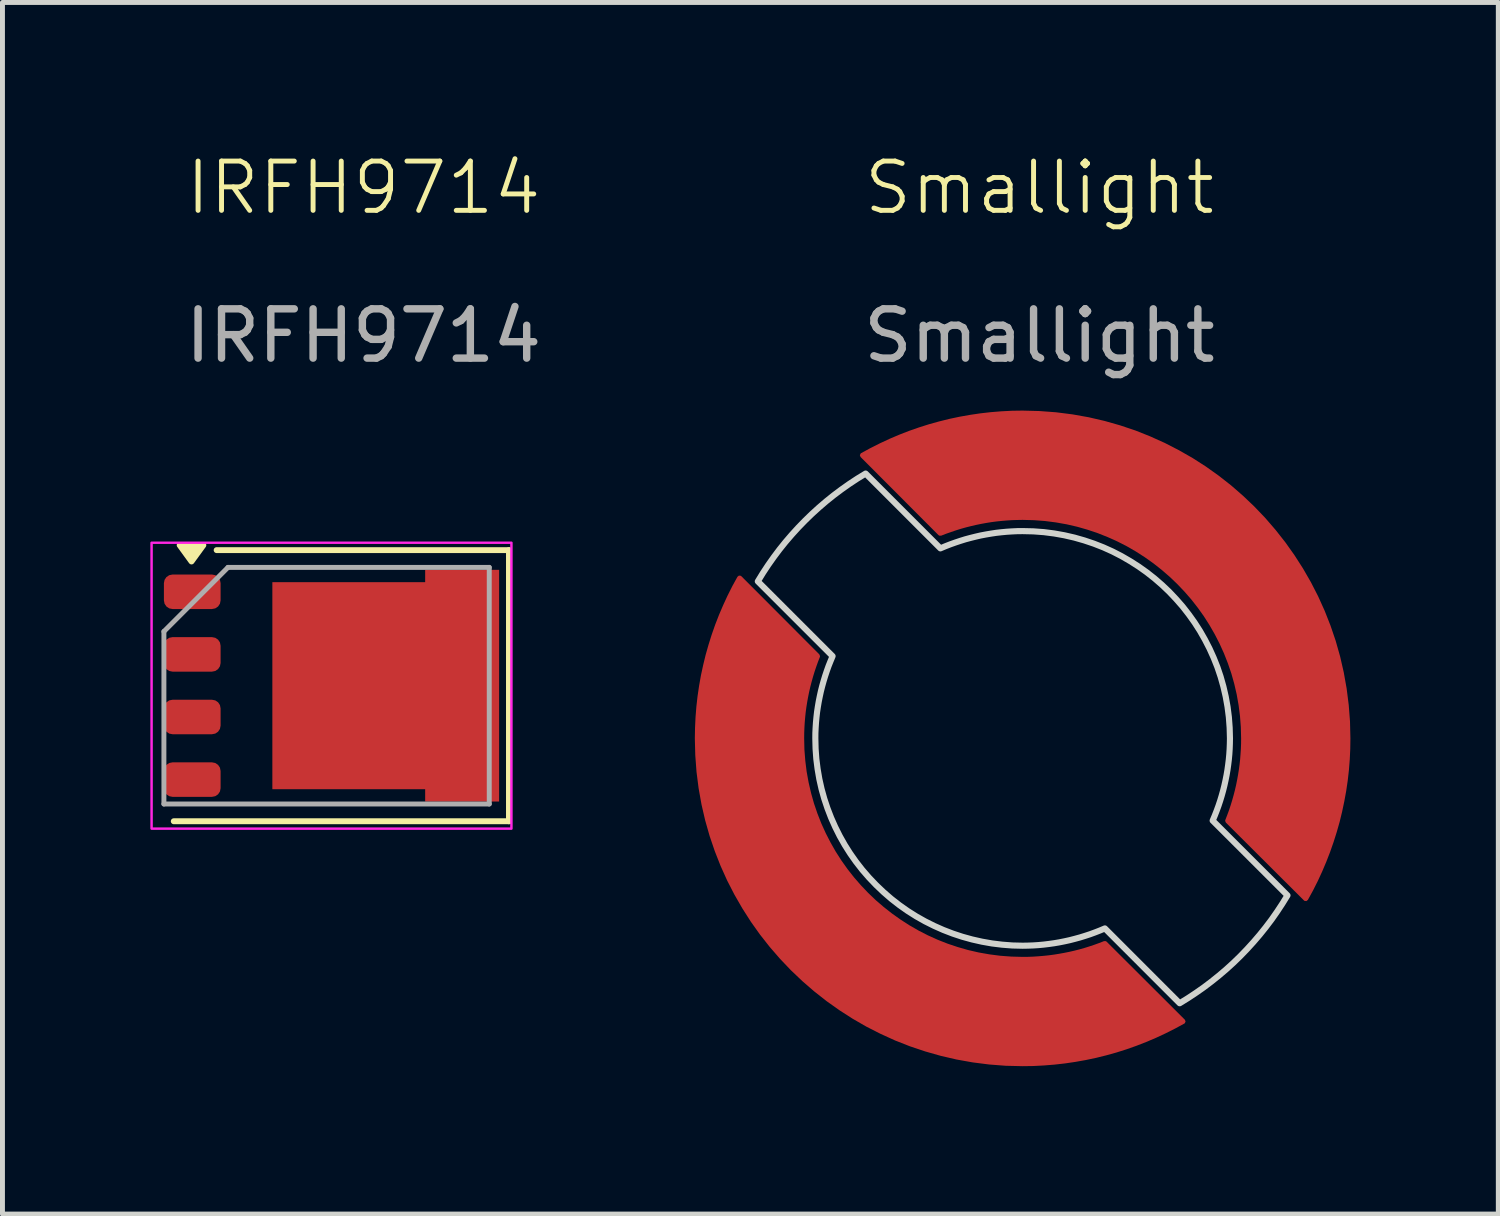
<source format=kicad_pcb>
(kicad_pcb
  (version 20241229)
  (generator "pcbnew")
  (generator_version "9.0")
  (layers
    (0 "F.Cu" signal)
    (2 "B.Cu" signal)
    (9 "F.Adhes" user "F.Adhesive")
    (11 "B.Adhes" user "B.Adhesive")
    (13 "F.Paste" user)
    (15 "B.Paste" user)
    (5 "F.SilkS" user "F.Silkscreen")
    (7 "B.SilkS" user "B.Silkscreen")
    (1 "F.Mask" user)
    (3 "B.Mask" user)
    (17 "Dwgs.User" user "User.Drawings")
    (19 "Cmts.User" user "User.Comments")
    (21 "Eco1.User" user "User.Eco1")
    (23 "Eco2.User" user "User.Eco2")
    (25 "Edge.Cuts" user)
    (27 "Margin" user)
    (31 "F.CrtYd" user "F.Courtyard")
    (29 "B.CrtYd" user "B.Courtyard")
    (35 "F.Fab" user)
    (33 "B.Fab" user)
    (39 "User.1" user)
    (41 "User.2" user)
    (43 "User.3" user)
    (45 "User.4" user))
  (footprint "Smallight"
    (layer "F.Cu")
    (at 18.036 1.26)
    (property "Reference" "Smallight" (at 0 -0.5 0) (unlocked yes) (layer "F.SilkS") (effects (font (size 1 1) (thickness 0.1))))
    (fp_poly (pts (xy -2.009 6.814) (xy -1.91 6.772) (xy -1.81 6.733) (xy -1.709 6.697) (xy -1.607 6.663) (xy -1.505 6.631) (xy -1.401 6.603) (xy -1.297 6.577) (xy -1.193 6.553) (xy -1.088 6.533) (xy -0.982 6.515) (xy -0.876 6.499) (xy -0.769 6.487) (xy -0.663 6.477) (xy -0.555 6.47) (xy -0.448 6.465) (xy -0.34 6.464) (xy -0.124 6.469) (xy 0.09 6.485) (xy 0.3 6.512) (xy 0.507 6.549) (xy 0.711 6.596) (xy 0.91 6.653) (xy 1.106 6.719) (xy 1.297 6.794) (xy 1.483 6.878) (xy 1.664 6.971) (xy 1.84 7.073) (xy 2.011 7.182) (xy 2.176 7.299) (xy 2.335 7.424) (xy 2.487 7.556) (xy 2.633 7.695) (xy 2.772 7.842) (xy 2.905 7.994) (xy 3.029 8.153) (xy 3.147 8.318) (xy 3.256 8.488) (xy 3.357 8.665) (xy 3.45 8.846) (xy 3.534 9.032) (xy 3.61 9.223) (xy 3.676 9.419) (xy 3.732 9.618) (xy 3.779 9.822) (xy 3.816 10.029) (xy 3.843 10.239) (xy 3.859 10.453) (xy 3.865 10.669) (xy 3.863 10.777) (xy 3.859 10.884) (xy 3.852 10.991) (xy 3.842 11.098) (xy 3.829 11.204) (xy 3.814 11.31) (xy 3.796 11.416) (xy 3.775 11.521) (xy 3.752 11.625) (xy 3.726 11.729) (xy 3.697 11.833) (xy 3.666 11.935) (xy 3.632 12.037) (xy 3.595 12.138) (xy 3.556 12.238) (xy 3.514 12.337) (xy 5.032 13.854) (xy 4.929 14.021) (xy 4.821 14.185) (xy 4.709 14.345) (xy 4.591 14.501) (xy 4.469 14.653) (xy 4.342 14.801) (xy 4.211 14.945) (xy 4.076 15.085) (xy 3.936 15.221) (xy 3.792 15.352) (xy 3.643 15.479) (xy 3.491 15.601) (xy 3.335 15.719) (xy 3.175 15.831) (xy 3.012 15.939) (xy 2.845 16.042) (xy 1.328 14.524) (xy 1.228 14.566) (xy 1.128 14.605) (xy 1.027 14.642) (xy 0.926 14.675) (xy 0.823 14.707) (xy 0.72 14.735) (xy 0.616 14.762) (xy 0.511 14.785) (xy 0.406 14.806) (xy 0.301 14.824) (xy 0.195 14.839) (xy 0.088 14.852) (xy -0.018 14.862) (xy -0.125 14.869) (xy -0.233 14.873) (xy -0.34 14.875) (xy -0.549 14.87) (xy -0.756 14.854) (xy -0.961 14.829) (xy -1.165 14.793) (xy -1.365 14.748) (xy -1.564 14.693) (xy -1.758 14.629) (xy -1.95 14.555) (xy -2.137 14.472) (xy -2.321 14.38) (xy -2.5 14.279) (xy -2.674 14.169) (xy -2.843 14.05) (xy -3.006 13.923) (xy -3.163 13.787) (xy -3.314 13.643) (xy -3.458 13.492) (xy -3.594 13.335) (xy -3.721 13.172) (xy -3.84 13.003) (xy -3.95 12.829) (xy -4.051 12.65) (xy -4.143 12.466) (xy -4.226 12.279) (xy -4.3 12.087) (xy -4.365 11.892) (xy -4.42 11.694) (xy -4.465 11.494) (xy -4.5 11.29) (xy -4.526 11.085) (xy -4.541 10.878) (xy -4.546 10.669) (xy -4.545 10.561) (xy -4.54 10.454) (xy -4.533 10.347) (xy -4.523 10.24) (xy -4.511 10.134) (xy -4.495 10.028) (xy -4.477 9.922) (xy -4.456 9.817) (xy -4.433 9.712) (xy -4.407 9.609) (xy -4.378 9.505) (xy -4.347 9.403) (xy -4.313 9.301) (xy -4.277 9.2) (xy -4.237 9.1) (xy -4.196 9.001) (xy -5.713 7.484) (xy -5.611 7.317) (xy -5.503 7.153) (xy -5.39 6.993) (xy -5.273 6.837) (xy -5.151 6.685) (xy -5.024 6.537) (xy -4.893 6.393) (xy -4.757 6.253) (xy -4.617 6.117) (xy -4.473 5.986) (xy -4.325 5.859) (xy -4.173 5.737) (xy -4.017 5.62) (xy -3.857 5.507) (xy -3.693 5.399) (xy -3.526 5.297)) (stroke (width 0.124) (type solid) (color 255 0 255 1)) (fill no) (layer "Edge.Cuts"))
    (fp_text user "${REFERENCE}" (at 0 2.5 0) (unlocked yes) (layer "F.Fab") (effects (font (size 1 1) (thickness 0.15))))
    (pad "1" smd custom (at 4.631 8.131) (size 1.262 1.262) (layers "F.Cu" "F.Mask") (options (anchor rect)) (primitives (gr_poly (pts (xy -4.632 -4.053) (xy -4.297 -4.028) (xy -3.967 -3.986) (xy -3.642 -3.928) (xy -3.322 -3.854) (xy -3.009 -3.765) (xy -2.702 -3.662) (xy -2.403 -3.543) (xy -2.11 -3.411) (xy -1.826 -3.265) (xy -1.549 -3.107) (xy -1.281 -2.935) (xy -1.023 -2.751) (xy -0.773 -2.555) (xy -0.534 -2.347) (xy -0.305 -2.129) (xy -0.086 -1.9) (xy 0.121 -1.66) (xy 0.317 -1.411) (xy 0.501 -1.152) (xy 0.673 -0.884) (xy 0.832 -0.608) (xy 0.978 -0.323) (xy 1.11 -0.031) (xy 1.228 0.269) (xy 1.332 0.575) (xy 1.421 0.889) (xy 1.494 1.208) (xy 1.552 1.533) (xy 1.594 1.863) (xy 1.62 2.198) (xy 1.628 2.538) (xy 1.625 2.752) (xy 1.615 2.964) (xy 1.598 3.177) (xy 1.574 3.388) (xy 1.543 3.598) (xy 1.505 3.807) (xy 1.461 4.014) (xy 1.411 4.22) (xy 1.353 4.424) (xy 1.289 4.626) (xy 1.219 4.826) (xy 1.142 5.024) (xy 1.059 5.22) (xy 0.97 5.413) (xy 0.874 5.603) (xy 0.771 5.791) (xy -0.814 4.211) (xy -0.775 4.111) (xy -0.738 4.01) (xy -0.704 3.908) (xy -0.673 3.806) (xy -0.644 3.703) (xy -0.617 3.599) (xy -0.593 3.495) (xy -0.572 3.39) (xy -0.553 3.285) (xy -0.536 3.179) (xy -0.522 3.073) (xy -0.51 2.966) (xy -0.502 2.86) (xy -0.495 2.753) (xy -0.491 2.645) (xy -0.49 2.538) (xy -0.496 2.307) (xy -0.513 2.08) (xy -0.542 1.856) (xy -0.581 1.635) (xy -0.631 1.418) (xy -0.691 1.205) (xy -0.762 0.997) (xy -0.842 0.794) (xy -0.932 0.595) (xy -1.031 0.402) (xy -1.139 0.214) (xy -1.255 0.032) (xy -1.38 -0.143) (xy -1.513 -0.313) (xy -1.654 -0.475) (xy -1.803 -0.631) (xy -1.958 -0.779) (xy -2.121 -0.92) (xy -2.29 -1.053) (xy -2.466 -1.178) (xy -2.648 -1.295) (xy -2.835 -1.403) (xy -3.029 -1.502) (xy -3.227 -1.591) (xy -3.431 -1.672) (xy -3.639 -1.742) (xy -3.852 -1.803) (xy -4.068 -1.853) (xy -4.289 -1.892) (xy -4.513 -1.921) (xy -4.741 -1.938) (xy -4.972 -1.944) (xy -5.079 -1.942) (xy -5.186 -1.939) (xy -5.293 -1.932) (xy -5.4 -1.923) (xy -5.506 -1.912) (xy -5.612 -1.898) (xy -5.718 -1.881) (xy -5.823 -1.862) (xy -5.928 -1.84) (xy -6.032 -1.816) (xy -6.135 -1.79) (xy -6.238 -1.761) (xy -6.341 -1.729) (xy -6.442 -1.695) (xy -6.543 -1.659) (xy -6.643 -1.62) (xy -8.224 -3.205) (xy -8.037 -3.307) (xy -7.846 -3.403) (xy -7.653 -3.493) (xy -7.458 -3.576) (xy -7.26 -3.653) (xy -7.06 -3.723) (xy -6.858 -3.787) (xy -6.653 -3.844) (xy -6.448 -3.895) (xy -6.24 -3.939) (xy -6.031 -3.976) (xy -5.821 -4.007) (xy -5.61 -4.031) (xy -5.398 -4.048) (xy -5.185 -4.059) (xy -4.972 -4.062)) (width 0.099) (fill yes))))
    (pad "2" smd custom (at -3 15.5) (size 1.524 1.524) (layers "F.Cu" "F.Mask") (options (anchor circle)) (primitives (gr_poly (pts (xy -1.5 -6.5) (xy -1.539 -6.4) (xy -1.575 -6.299) (xy -1.609 -6.198) (xy -1.64 -6.096) (xy -1.669 -5.993) (xy -1.696 -5.889) (xy -1.72 -5.785) (xy -1.741 -5.681) (xy -1.76 -5.576) (xy -1.777 -5.47) (xy -1.791 -5.365) (xy -1.802 -5.258) (xy -1.811 -5.152) (xy -1.817 -5.045) (xy -1.821 -4.938) (xy -1.822 -4.831) (xy -1.817 -4.6) (xy -1.799 -4.373) (xy -1.771 -4.148) (xy -1.731 -3.928) (xy -1.681 -3.711) (xy -1.621 -3.498) (xy -1.55 -3.29) (xy -1.47 -3.086) (xy -1.38 -2.888) (xy -1.281 -2.695) (xy -1.174 -2.507) (xy -1.057 -2.325) (xy -0.932 -2.149) (xy -0.799 -1.98) (xy -0.658 -1.818) (xy -0.51 -1.662) (xy -0.354 -1.513) (xy -0.191 -1.373) (xy -0.022 -1.24) (xy 0.154 -1.115) (xy 0.335 -0.998) (xy 0.523 -0.89) (xy 0.716 -0.791) (xy 0.915 -0.701) (xy 1.118 -0.621) (xy 1.327 -0.551) (xy 1.539 -0.49) (xy 1.756 -0.44) (xy 1.977 -0.401) (xy 2.201 -0.372) (xy 2.429 -0.355) (xy 2.659 -0.349) (xy 2.766 -0.35) (xy 2.873 -0.354) (xy 2.98 -0.361) (xy 3.087 -0.37) (xy 3.193 -0.381) (xy 3.299 -0.395) (xy 3.404 -0.412) (xy 3.509 -0.431) (xy 3.614 -0.452) (xy 3.718 -0.476) (xy 3.821 -0.502) (xy 3.924 -0.531) (xy 4.026 -0.563) (xy 4.128 -0.597) (xy 4.228 -0.633) (xy 4.328 -0.672) (xy 5.915 0.911) (xy 5.727 1.013) (xy 5.536 1.109) (xy 5.343 1.199) (xy 5.148 1.282) (xy 4.95 1.359) (xy 4.749 1.43) (xy 4.547 1.494) (xy 4.343 1.551) (xy 4.137 1.602) (xy 3.929 1.646) (xy 3.72 1.683) (xy 3.51 1.714) (xy 3.298 1.738) (xy 3.086 1.755) (xy 2.873 1.766) (xy 2.659 1.769) (xy 2.659 1.769) (xy 2.32 1.761) (xy 1.984 1.735) (xy 1.654 1.693) (xy 1.329 1.635) (xy 1.01 1.561) (xy 0.697 1.472) (xy 0.39 1.369) (xy 0.09 1.251) (xy -0.202 1.118) (xy -0.487 0.973) (xy -0.763 0.814) (xy -1.031 0.642) (xy -1.29 0.458) (xy -1.539 0.262) (xy -1.778 0.055) (xy -2.008 -0.164) (xy -2.226 -0.393) (xy -2.434 -0.633) (xy -2.63 -0.882) (xy -2.814 -1.141) (xy -2.985 -1.409) (xy -3.144 -1.685) (xy -3.29 -1.969) (xy -3.422 -2.262) (xy -3.54 -2.562) (xy -3.644 -2.868) (xy -3.733 -3.181) (xy -3.807 -3.501) (xy -3.865 -3.826) (xy -3.907 -4.156) (xy -3.932 -4.491) (xy -3.941 -4.831) (xy -3.937 -5.045) (xy -3.927 -5.258) (xy -3.91 -5.47) (xy -3.886 -5.681) (xy -3.855 -5.892) (xy -3.818 -6.101) (xy -3.773 -6.308) (xy -3.723 -6.514) (xy -3.665 -6.718) (xy -3.601 -6.921) (xy -3.531 -7.121) (xy -3.454 -7.319) (xy -3.37 -7.515) (xy -3.281 -7.708) (xy -3.185 -7.899) (xy -3.082 -8.086)) (width 0.099) (fill yes)))))
  (footprint "IRFH9714"
    (layer "F.Cu")
    (at 4.325 1.26)
    (property "Reference" "IRFH9714" (at 0 -0.5 0) (unlocked yes) (layer "F.SilkS") (effects (font (size 1 1) (thickness 0.1))))
    (attr smd)
    (fp_line (start -3.85 12.35) (end 2.95 12.35) (stroke (width 0.12) (type solid)) (layer "F.SilkS"))
    (fp_line (start 2.95 6.85) (end -2.98 6.85) (stroke (width 0.12) (type solid)) (layer "F.SilkS"))
    (fp_line (start 2.95 12.35) (end 2.95 6.85) (stroke (width 0.12) (type solid)) (layer "F.SilkS"))
    (fp_poly (pts (xy -3.49 7.08) (xy -3.73 6.75) (xy -3.25 6.75) (xy -3.49 7.08)) (stroke (width 0.12) (type solid)) (fill yes) (layer "F.SilkS"))
    (fp_rect (start -4.3 6.7) (end 3 12.5) (stroke (width 0.05) (type solid)) (fill no) (layer "F.CrtYd"))
    (fp_line (start -4.05 8.5) (end -4.05 12) (stroke (width 0.1) (type solid)) (layer "F.Fab"))
    (fp_line (start -4.05 8.5) (end -2.75 7.2) (stroke (width 0.1) (type solid)) (layer "F.Fab"))
    (fp_line (start -4.05 12) (end 2.55 12) (stroke (width 0.1) (type solid)) (layer "F.Fab"))
    (fp_line (start 2.55 7.2) (end -2.75 7.2) (stroke (width 0.1) (type solid)) (layer "F.Fab"))
    (fp_line (start 2.55 12) (end 2.55 7.2) (stroke (width 0.1) (type solid)) (layer "F.Fab"))
    (fp_text user "${REFERENCE}" (at 0 2.5 0) (unlocked yes) (layer "F.Fab") (effects (font (size 1 1) (thickness 0.15))))
    (pad "" smd rect (at -1.3 8.45 90) (size 0.9 0.6) (layers "F.Paste"))
    (pad "" smd rect (at -1.3 9.6 90) (size 0.9 0.6) (layers "F.Paste"))
    (pad "" smd rect (at -1.3 10.75 90) (size 0.9 0.6) (layers "F.Paste"))
    (pad "" smd rect (at -0.45 8.45 90) (size 0.9 0.6) (layers "F.Paste"))
    (pad "" smd rect (at -0.45 9.6 90) (size 0.9 0.6) (layers "F.Paste"))
    (pad "" smd rect (at -0.45 10.75 90) (size 0.9 0.6) (layers "F.Paste"))
    (pad "" smd rect (at 0.4 8.45 90) (size 0.9 0.6) (layers "F.Paste"))
    (pad "" smd rect (at 0.4 9.6 90) (size 0.9 0.6) (layers "F.Paste"))
    (pad "" smd rect (at 0.4 10.75 90) (size 0.9 0.6) (layers "F.Paste"))
    (pad "" smd rect (at 1.25 8.45 90) (size 0.9 0.6) (layers "F.Paste"))
    (pad "" smd rect (at 1.25 9.6 90) (size 0.9 0.6) (layers "F.Paste"))
    (pad "" smd rect (at 1.25 10.75 90) (size 0.9 0.6) (layers "F.Paste"))
    (pad "" smd rect (at 2.25 7.695 90) (size 0.6 0.9) (layers "F.Paste"))
    (pad "" smd rect (at 2.25 8.965 90) (size 0.6 0.9) (layers "F.Paste"))
    (pad "" smd rect (at 2.25 10.235 90) (size 0.6 0.9) (layers "F.Paste"))
    (pad "" smd rect (at 2.25 11.505 90) (size 0.6 0.9) (layers "F.Paste"))
    (pad "1" smd custom (at -0.75 9.6 90) (size 4 2) (layers "F.Cu" "F.Mask") (options (anchor rect)) (primitives (gr_poly (pts (xy -2.35 3.5) (xy 2.35 3.5) (xy 2.35 2) (xy 2.1 2) (xy 2.1 -1.1) (xy -2.1 -1.1) (xy -2.1 2) (xy -2.35 2)) (width 0) (fill yes))))
    (pad "2" smd roundrect (at -3.475 11.505 90) (size 0.7 1.15) (layers "F.Cu" "F.Mask" "F.Paste") (roundrect_rratio 0.25))
    (pad "3" smd roundrect (at -3.475 7.695 90) (size 0.7 1.15) (layers "F.Cu" "F.Mask" "F.Paste") (roundrect_rratio 0.25))
    (pad "3" smd roundrect (at -3.475 8.965 90) (size 0.7 1.15) (layers "F.Cu" "F.Mask" "F.Paste") (roundrect_rratio 0.25))
    (pad "3" smd roundrect (at -3.475 10.235 90) (size 0.7 1.15) (layers "F.Cu" "F.Mask" "F.Paste") (roundrect_rratio 0.25)))
  (gr_rect
    (start -3 -3)
    (end 27.345 21.579)
    (stroke (width 0.1) (type default))
    (fill no)
    (layer "Edge.Cuts")))
</source>
